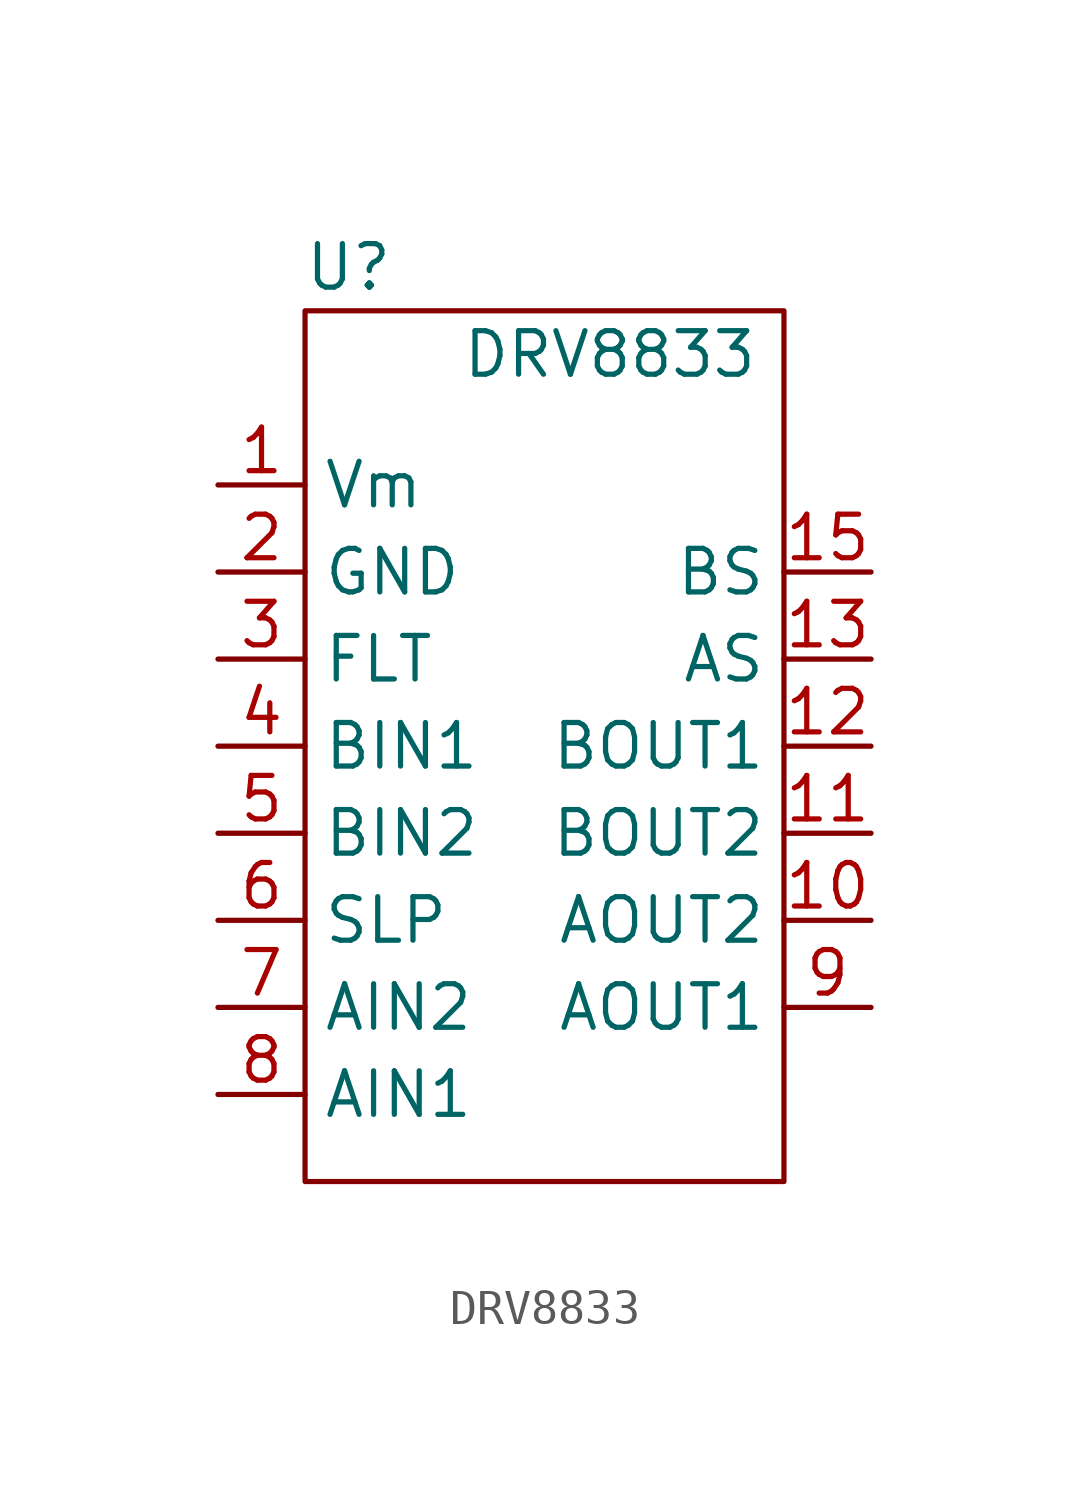
<source format=kicad_sym>
(kicad_symbol_lib
  (version 20211014)
  (generator kicad_symbol_editor)
  (symbol "DRV8833"
    (property "Reference" "U"
      (at -2.54 1.27 0)
      (effects (font (size 1.27 1.27))))
    (property "Value" "DRV8833"
      (at 5.08 -1.27 0)
      (effects (font (size 1.27 1.27))))
    (symbol "DRV8833_0_1"
      (rectangle (start -3.81 0) (end 10.16 -25.4) (stroke (width 0.152) (type default) (color 0 0 0 0)) (fill (type none))))
    (symbol "DRV8833_1_1"
      (pin input line (at -6.35 -5.08 0) (length 2.54) (name "Vm" (effects (font (size 1.27 1.27)))) (number "1" (effects (font (size 1.27 1.27)))))
      (pin input line (at 12.7 -17.78 180) (length 2.54) (name "AOUT2" (effects (font (size 1.27 1.27)))) (number "10" (effects (font (size 1.27 1.27)))))
      (pin input line (at 12.7 -15.24 180) (length 2.54) (name "BOUT2" (effects (font (size 1.27 1.27)))) (number "11" (effects (font (size 1.27 1.27)))))
      (pin input line (at 12.7 -12.7 180) (length 2.54) (name "BOUT1" (effects (font (size 1.27 1.27)))) (number "12" (effects (font (size 1.27 1.27)))))
      (pin input line (at 12.7 -10.16 180) (length 2.54) (name "AS" (effects (font (size 1.27 1.27)))) (number "13" (effects (font (size 1.27 1.27)))))
      (pin input line (at 12.7 -7.62 180) (length 2.54) (name "BS" (effects (font (size 1.27 1.27)))) (number "15" (effects (font (size 1.27 1.27)))))
      (pin input line (at -6.35 -7.62 0) (length 2.54) (name "GND" (effects (font (size 1.27 1.27)))) (number "2" (effects (font (size 1.27 1.27)))))
      (pin input line (at -6.35 -10.16 0) (length 2.54) (name "FLT" (effects (font (size 1.27 1.27)))) (number "3" (effects (font (size 1.27 1.27)))))
      (pin input line (at -6.35 -12.7 0) (length 2.54) (name "BIN1" (effects (font (size 1.27 1.27)))) (number "4" (effects (font (size 1.27 1.27)))))
      (pin input line (at -6.35 -15.24 0) (length 2.54) (name "BIN2" (effects (font (size 1.27 1.27)))) (number "5" (effects (font (size 1.27 1.27)))))
      (pin input line (at -6.35 -17.78 0) (length 2.54) (name "SLP" (effects (font (size 1.27 1.27)))) (number "6" (effects (font (size 1.27 1.27)))))
      (pin input line (at -6.35 -20.32 0) (length 2.54) (name "AIN2" (effects (font (size 1.27 1.27)))) (number "7" (effects (font (size 1.27 1.27)))))
      (pin input line (at -6.35 -22.86 0) (length 2.54) (name "AIN1" (effects (font (size 1.27 1.27)))) (number "8" (effects (font (size 1.27 1.27)))))
      (pin input line (at 12.7 -20.32 180) (length 2.54) (name "AOUT1" (effects (font (size 1.27 1.27)))) (number "9" (effects (font (size 1.27 1.27))))))))
</source>
